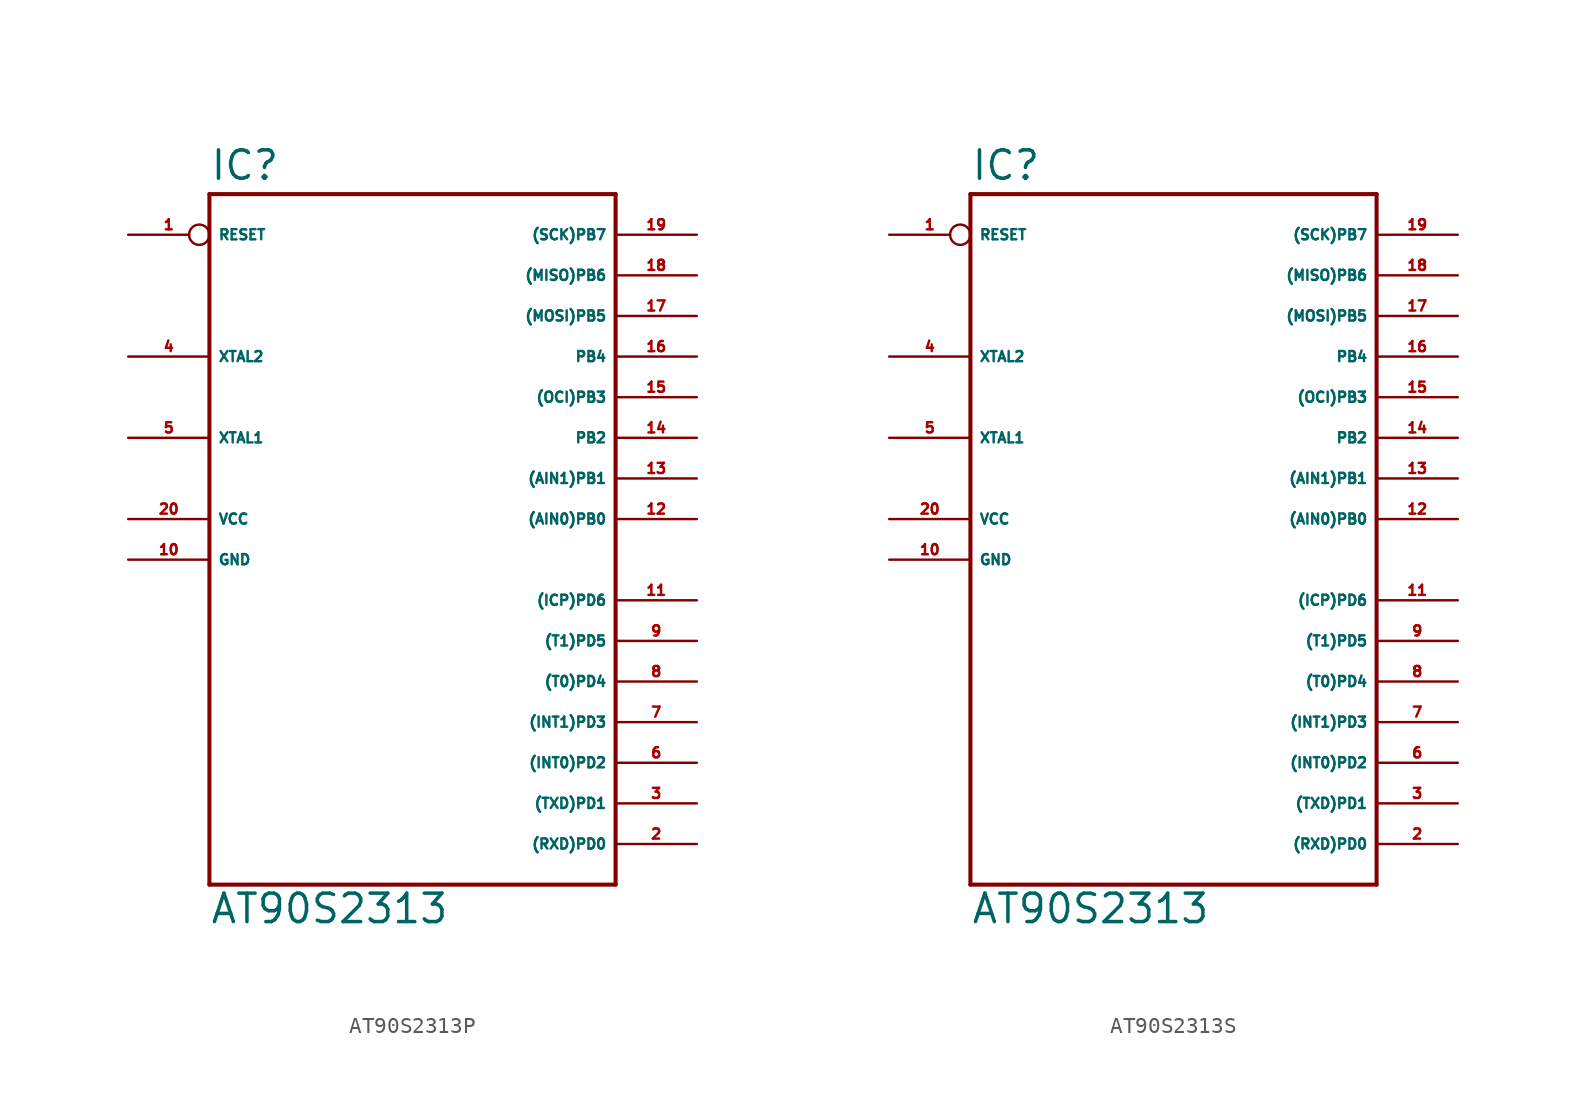
<source format=kicad_sym>
(kicad_symbol_lib
  (version 20220914)
  (generator Eagle2Kicad)
  (symbol "AT90S2313P"
    (property "Reference" "IC"
      (at -12.7 23.622 0)
      (effects (font (size 1.778 1.778) (thickness 0.22)) (justify left bottom)))
    (property "Value" "AT90S2313"
      (at -12.7 -22.86 0)
      (effects (font (size 1.778 1.778) (thickness 0.22)) (justify left bottom)))
    (polyline
      (pts (xy -12.7 22.86) (xy 12.7 22.86))
      (stroke (width 0.254) (type default))
      (fill (type none)))
    (polyline
      (pts (xy 12.7 22.86) (xy 12.7 -20.32))
      (stroke (width 0.254) (type default))
      (fill (type none)))
    (polyline
      (pts (xy 12.7 -20.32) (xy -12.7 -20.32))
      (stroke (width 0.254) (type default))
      (fill (type none)))
    (polyline
      (pts (xy -12.7 -20.32) (xy -12.7 22.86))
      (stroke (width 0.254) (type default))
      (fill (type none)))
    (pin bidirectional line
      (at 17.78 20.32 180)
      (length 5.08)
      (name "(SCK)PB7" (effects (font (size 0.635 0.635) (thickness 0.08)) (justify left bottom)))
      (number "19" (effects (font (size 0.635 0.635) (thickness 0.08)) (justify left bottom))))
    (pin bidirectional line
      (at 17.78 17.78 180)
      (length 5.08)
      (name "(MISO)PB6" (effects (font (size 0.635 0.635) (thickness 0.08)) (justify left bottom)))
      (number "18" (effects (font (size 0.635 0.635) (thickness 0.08)) (justify left bottom))))
    (pin bidirectional line
      (at 17.78 15.24 180)
      (length 5.08)
      (name "(MOSI)PB5" (effects (font (size 0.635 0.635) (thickness 0.08)) (justify left bottom)))
      (number "17" (effects (font (size 0.635 0.635) (thickness 0.08)) (justify left bottom))))
    (pin bidirectional line
      (at 17.78 12.7 180)
      (length 5.08)
      (name "PB4" (effects (font (size 0.635 0.635) (thickness 0.08)) (justify left bottom)))
      (number "16" (effects (font (size 0.635 0.635) (thickness 0.08)) (justify left bottom))))
    (pin bidirectional line
      (at 17.78 10.16 180)
      (length 5.08)
      (name "(OCI)PB3" (effects (font (size 0.635 0.635) (thickness 0.08)) (justify left bottom)))
      (number "15" (effects (font (size 0.635 0.635) (thickness 0.08)) (justify left bottom))))
    (pin bidirectional line
      (at 17.78 7.62 180)
      (length 5.08)
      (name "PB2" (effects (font (size 0.635 0.635) (thickness 0.08)) (justify left bottom)))
      (number "14" (effects (font (size 0.635 0.635) (thickness 0.08)) (justify left bottom))))
    (pin bidirectional line
      (at 17.78 5.08 180)
      (length 5.08)
      (name "(AIN1)PB1" (effects (font (size 0.635 0.635) (thickness 0.08)) (justify left bottom)))
      (number "13" (effects (font (size 0.635 0.635) (thickness 0.08)) (justify left bottom))))
    (pin bidirectional line
      (at 17.78 2.54 180)
      (length 5.08)
      (name "(AIN0)PB0" (effects (font (size 0.635 0.635) (thickness 0.08)) (justify left bottom)))
      (number "12" (effects (font (size 0.635 0.635) (thickness 0.08)) (justify left bottom))))
    (pin bidirectional line
      (at 17.78 -2.54 180)
      (length 5.08)
      (name "(ICP)PD6" (effects (font (size 0.635 0.635) (thickness 0.08)) (justify left bottom)))
      (number "11" (effects (font (size 0.635 0.635) (thickness 0.08)) (justify left bottom))))
    (pin bidirectional line
      (at 17.78 -5.08 180)
      (length 5.08)
      (name "(T1)PD5" (effects (font (size 0.635 0.635) (thickness 0.08)) (justify left bottom)))
      (number "9" (effects (font (size 0.635 0.635) (thickness 0.08)) (justify left bottom))))
    (pin bidirectional line
      (at 17.78 -7.62 180)
      (length 5.08)
      (name "(T0)PD4" (effects (font (size 0.635 0.635) (thickness 0.08)) (justify left bottom)))
      (number "8" (effects (font (size 0.635 0.635) (thickness 0.08)) (justify left bottom))))
    (pin bidirectional line
      (at 17.78 -10.16 180)
      (length 5.08)
      (name "(INT1)PD3" (effects (font (size 0.635 0.635) (thickness 0.08)) (justify left bottom)))
      (number "7" (effects (font (size 0.635 0.635) (thickness 0.08)) (justify left bottom))))
    (pin bidirectional line
      (at 17.78 -12.7 180)
      (length 5.08)
      (name "(INT0)PD2" (effects (font (size 0.635 0.635) (thickness 0.08)) (justify left bottom)))
      (number "6" (effects (font (size 0.635 0.635) (thickness 0.08)) (justify left bottom))))
    (pin bidirectional line
      (at 17.78 -15.24 180)
      (length 5.08)
      (name "(TXD)PD1" (effects (font (size 0.635 0.635) (thickness 0.08)) (justify left bottom)))
      (number "3" (effects (font (size 0.635 0.635) (thickness 0.08)) (justify left bottom))))
    (pin bidirectional line
      (at 17.78 -17.78 180)
      (length 5.08)
      (name "(RXD)PD0" (effects (font (size 0.635 0.635) (thickness 0.08)) (justify left bottom)))
      (number "2" (effects (font (size 0.635 0.635) (thickness 0.08)) (justify left bottom))))
    (pin unspecified line
      (at -17.78 0 0)
      (length 5.08)
      (name "GND" (effects (font (size 0.635 0.635) (thickness 0.08)) (justify left bottom)))
      (number "10" (effects (font (size 0.635 0.635) (thickness 0.08)) (justify left bottom))))
    (pin unspecified line
      (at -17.78 2.54 0)
      (length 5.08)
      (name "VCC" (effects (font (size 0.635 0.635) (thickness 0.08)) (justify left bottom)))
      (number "20" (effects (font (size 0.635 0.635) (thickness 0.08)) (justify left bottom))))
    (pin bidirectional line
      (at -17.78 7.62 0)
      (length 5.08)
      (name "XTAL1" (effects (font (size 0.635 0.635) (thickness 0.08)) (justify left bottom)))
      (number "5" (effects (font (size 0.635 0.635) (thickness 0.08)) (justify left bottom))))
    (pin bidirectional line
      (at -17.78 12.7 0)
      (length 5.08)
      (name "XTAL2" (effects (font (size 0.635 0.635) (thickness 0.08)) (justify left bottom)))
      (number "4" (effects (font (size 0.635 0.635) (thickness 0.08)) (justify left bottom))))
    (pin bidirectional inverted
      (at -17.78 20.32 0)
      (length 5.08)
      (name "RESET" (effects (font (size 0.635 0.635) (thickness 0.08)) (justify left bottom)))
      (number "1" (effects (font (size 0.635 0.635) (thickness 0.08)) (justify left bottom)))))
  (symbol "AT90S2313S"
    (property "Reference" "IC"
      (at -12.7 23.622 0)
      (effects (font (size 1.778 1.778) (thickness 0.22)) (justify left bottom)))
    (property "Value" "AT90S2313"
      (at -12.7 -22.86 0)
      (effects (font (size 1.778 1.778) (thickness 0.22)) (justify left bottom)))
    (polyline
      (pts (xy -12.7 22.86) (xy 12.7 22.86))
      (stroke (width 0.254) (type default))
      (fill (type none)))
    (polyline
      (pts (xy 12.7 22.86) (xy 12.7 -20.32))
      (stroke (width 0.254) (type default))
      (fill (type none)))
    (polyline
      (pts (xy 12.7 -20.32) (xy -12.7 -20.32))
      (stroke (width 0.254) (type default))
      (fill (type none)))
    (polyline
      (pts (xy -12.7 -20.32) (xy -12.7 22.86))
      (stroke (width 0.254) (type default))
      (fill (type none)))
    (pin bidirectional line
      (at 17.78 20.32 180)
      (length 5.08)
      (name "(SCK)PB7" (effects (font (size 0.635 0.635) (thickness 0.08)) (justify left bottom)))
      (number "19" (effects (font (size 0.635 0.635) (thickness 0.08)) (justify left bottom))))
    (pin bidirectional line
      (at 17.78 17.78 180)
      (length 5.08)
      (name "(MISO)PB6" (effects (font (size 0.635 0.635) (thickness 0.08)) (justify left bottom)))
      (number "18" (effects (font (size 0.635 0.635) (thickness 0.08)) (justify left bottom))))
    (pin bidirectional line
      (at 17.78 15.24 180)
      (length 5.08)
      (name "(MOSI)PB5" (effects (font (size 0.635 0.635) (thickness 0.08)) (justify left bottom)))
      (number "17" (effects (font (size 0.635 0.635) (thickness 0.08)) (justify left bottom))))
    (pin bidirectional line
      (at 17.78 12.7 180)
      (length 5.08)
      (name "PB4" (effects (font (size 0.635 0.635) (thickness 0.08)) (justify left bottom)))
      (number "16" (effects (font (size 0.635 0.635) (thickness 0.08)) (justify left bottom))))
    (pin bidirectional line
      (at 17.78 10.16 180)
      (length 5.08)
      (name "(OCI)PB3" (effects (font (size 0.635 0.635) (thickness 0.08)) (justify left bottom)))
      (number "15" (effects (font (size 0.635 0.635) (thickness 0.08)) (justify left bottom))))
    (pin bidirectional line
      (at 17.78 7.62 180)
      (length 5.08)
      (name "PB2" (effects (font (size 0.635 0.635) (thickness 0.08)) (justify left bottom)))
      (number "14" (effects (font (size 0.635 0.635) (thickness 0.08)) (justify left bottom))))
    (pin bidirectional line
      (at 17.78 5.08 180)
      (length 5.08)
      (name "(AIN1)PB1" (effects (font (size 0.635 0.635) (thickness 0.08)) (justify left bottom)))
      (number "13" (effects (font (size 0.635 0.635) (thickness 0.08)) (justify left bottom))))
    (pin bidirectional line
      (at 17.78 2.54 180)
      (length 5.08)
      (name "(AIN0)PB0" (effects (font (size 0.635 0.635) (thickness 0.08)) (justify left bottom)))
      (number "12" (effects (font (size 0.635 0.635) (thickness 0.08)) (justify left bottom))))
    (pin bidirectional line
      (at 17.78 -2.54 180)
      (length 5.08)
      (name "(ICP)PD6" (effects (font (size 0.635 0.635) (thickness 0.08)) (justify left bottom)))
      (number "11" (effects (font (size 0.635 0.635) (thickness 0.08)) (justify left bottom))))
    (pin bidirectional line
      (at 17.78 -5.08 180)
      (length 5.08)
      (name "(T1)PD5" (effects (font (size 0.635 0.635) (thickness 0.08)) (justify left bottom)))
      (number "9" (effects (font (size 0.635 0.635) (thickness 0.08)) (justify left bottom))))
    (pin bidirectional line
      (at 17.78 -7.62 180)
      (length 5.08)
      (name "(T0)PD4" (effects (font (size 0.635 0.635) (thickness 0.08)) (justify left bottom)))
      (number "8" (effects (font (size 0.635 0.635) (thickness 0.08)) (justify left bottom))))
    (pin bidirectional line
      (at 17.78 -10.16 180)
      (length 5.08)
      (name "(INT1)PD3" (effects (font (size 0.635 0.635) (thickness 0.08)) (justify left bottom)))
      (number "7" (effects (font (size 0.635 0.635) (thickness 0.08)) (justify left bottom))))
    (pin bidirectional line
      (at 17.78 -12.7 180)
      (length 5.08)
      (name "(INT0)PD2" (effects (font (size 0.635 0.635) (thickness 0.08)) (justify left bottom)))
      (number "6" (effects (font (size 0.635 0.635) (thickness 0.08)) (justify left bottom))))
    (pin bidirectional line
      (at 17.78 -15.24 180)
      (length 5.08)
      (name "(TXD)PD1" (effects (font (size 0.635 0.635) (thickness 0.08)) (justify left bottom)))
      (number "3" (effects (font (size 0.635 0.635) (thickness 0.08)) (justify left bottom))))
    (pin bidirectional line
      (at 17.78 -17.78 180)
      (length 5.08)
      (name "(RXD)PD0" (effects (font (size 0.635 0.635) (thickness 0.08)) (justify left bottom)))
      (number "2" (effects (font (size 0.635 0.635) (thickness 0.08)) (justify left bottom))))
    (pin unspecified line
      (at -17.78 0 0)
      (length 5.08)
      (name "GND" (effects (font (size 0.635 0.635) (thickness 0.08)) (justify left bottom)))
      (number "10" (effects (font (size 0.635 0.635) (thickness 0.08)) (justify left bottom))))
    (pin unspecified line
      (at -17.78 2.54 0)
      (length 5.08)
      (name "VCC" (effects (font (size 0.635 0.635) (thickness 0.08)) (justify left bottom)))
      (number "20" (effects (font (size 0.635 0.635) (thickness 0.08)) (justify left bottom))))
    (pin bidirectional line
      (at -17.78 7.62 0)
      (length 5.08)
      (name "XTAL1" (effects (font (size 0.635 0.635) (thickness 0.08)) (justify left bottom)))
      (number "5" (effects (font (size 0.635 0.635) (thickness 0.08)) (justify left bottom))))
    (pin bidirectional line
      (at -17.78 12.7 0)
      (length 5.08)
      (name "XTAL2" (effects (font (size 0.635 0.635) (thickness 0.08)) (justify left bottom)))
      (number "4" (effects (font (size 0.635 0.635) (thickness 0.08)) (justify left bottom))))
    (pin bidirectional inverted
      (at -17.78 20.32 0)
      (length 5.08)
      (name "RESET" (effects (font (size 0.635 0.635) (thickness 0.08)) (justify left bottom)))
      (number "1" (effects (font (size 0.635 0.635) (thickness 0.08)) (justify left bottom))))))
</source>
